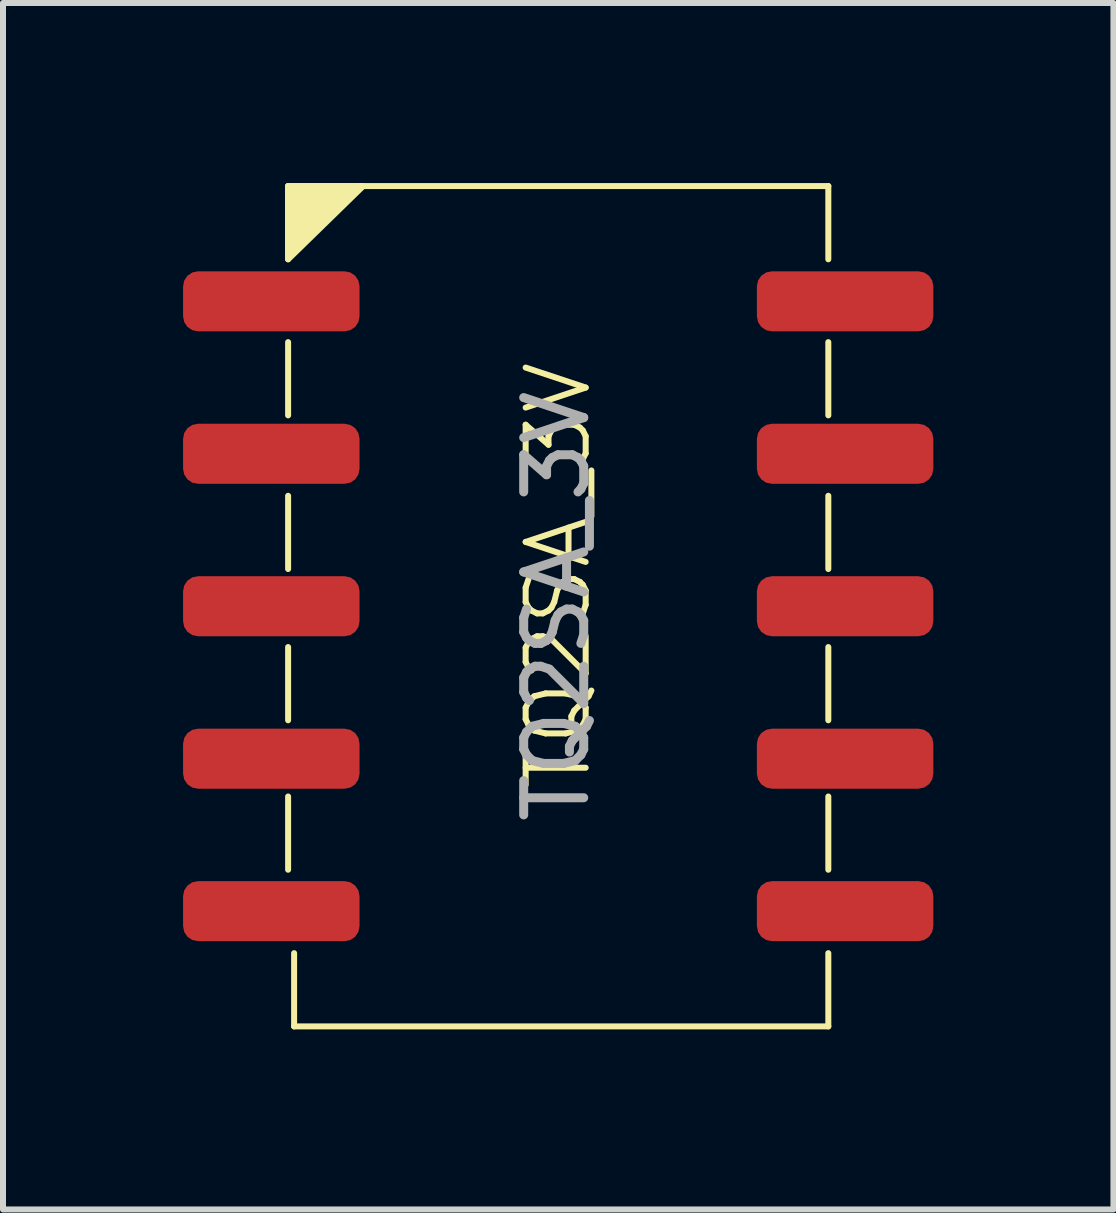
<source format=kicad_pcb>
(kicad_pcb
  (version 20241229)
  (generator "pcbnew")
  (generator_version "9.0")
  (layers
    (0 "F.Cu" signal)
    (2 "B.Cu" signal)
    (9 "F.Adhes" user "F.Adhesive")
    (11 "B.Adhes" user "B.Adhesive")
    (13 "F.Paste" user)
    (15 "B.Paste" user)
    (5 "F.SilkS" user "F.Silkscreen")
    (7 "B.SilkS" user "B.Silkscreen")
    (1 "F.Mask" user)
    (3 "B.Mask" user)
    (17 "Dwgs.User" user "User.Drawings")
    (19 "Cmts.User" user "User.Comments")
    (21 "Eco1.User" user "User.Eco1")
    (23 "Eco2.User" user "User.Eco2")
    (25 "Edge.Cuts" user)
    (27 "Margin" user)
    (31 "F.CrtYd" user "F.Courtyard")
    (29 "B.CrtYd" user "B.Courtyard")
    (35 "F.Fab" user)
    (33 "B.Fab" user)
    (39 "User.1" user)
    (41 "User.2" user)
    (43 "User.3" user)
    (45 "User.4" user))
  (footprint "TQ2SA_3V"
    (layer "F.Cu")
    (at 6.25 7.05)
    (property "Reference" "TQ2SA_3V" (at 0 -0.5 90) (unlocked yes) (layer "F.SilkS") (effects (font (size 1 1) (thickness 0.1))))
    (attr smd)
    (fp_line (start -4.5 -7) (end 4.5 -7) (stroke (width 0.1) (type default)) (layer "F.SilkS"))
    (fp_line (start -4.5 -5.78) (end -4.5 -7) (stroke (width 0.1) (type default)) (layer "F.SilkS"))
    (fp_line (start -4.5 -3.18) (end -4.5 -4.4) (stroke (width 0.1) (type default)) (layer "F.SilkS"))
    (fp_line (start -4.5 -0.62) (end -4.5 -1.84) (stroke (width 0.1) (type default)) (layer "F.SilkS"))
    (fp_line (start -4.5 1.9) (end -4.5 0.68) (stroke (width 0.1) (type default)) (layer "F.SilkS"))
    (fp_line (start -4.5 4.39) (end -4.5 3.17) (stroke (width 0.1) (type default)) (layer "F.SilkS"))
    (fp_line (start -4.4 7) (end -4.4 5.78) (stroke (width 0.1) (type default)) (layer "F.SilkS"))
    (fp_line (start -4.4 7) (end 4.5 7) (stroke (width 0.1) (type default)) (layer "F.SilkS"))
    (fp_line (start 4.5 -5.78) (end 4.5 -7) (stroke (width 0.1) (type default)) (layer "F.SilkS"))
    (fp_line (start 4.5 -3.18) (end 4.5 -4.4) (stroke (width 0.1) (type default)) (layer "F.SilkS"))
    (fp_line (start 4.5 -0.62) (end 4.5 -1.84) (stroke (width 0.1) (type default)) (layer "F.SilkS"))
    (fp_line (start 4.5 1.9) (end 4.5 0.68) (stroke (width 0.1) (type default)) (layer "F.SilkS"))
    (fp_line (start 4.5 4.39) (end 4.5 3.17) (stroke (width 0.1) (type default)) (layer "F.SilkS"))
    (fp_line (start 4.5 7) (end 4.5 5.78) (stroke (width 0.1) (type default)) (layer "F.SilkS"))
    (fp_poly (pts (xy -4.5 -5.78) (xy -3.25 -7) (xy -4.5 -7)) (stroke (width 0.1) (type solid)) (fill yes) (layer "F.SilkS"))
    (fp_text user "${REFERENCE}" (at -0.03 0 90) (unlocked yes) (layer "F.Fab") (effects (font (size 1 1) (thickness 0.15))))
    (pad "1" smd roundrect (at -4.78 -5.08) (size 2.94 1) (layers "F.Cu" "F.Mask" "F.Paste") (roundrect_rratio 0.25))
    (pad "2" smd roundrect (at -4.78 -2.54) (size 2.94 1) (layers "F.Cu" "F.Mask" "F.Paste") (roundrect_rratio 0.25))
    (pad "3" smd roundrect (at -4.78 0) (size 2.94 1) (layers "F.Cu" "F.Mask" "F.Paste") (roundrect_rratio 0.25))
    (pad "4" smd roundrect (at -4.78 2.54) (size 2.94 1) (layers "F.Cu" "F.Mask" "F.Paste") (roundrect_rratio 0.25))
    (pad "5" smd roundrect (at -4.78 5.08) (size 2.94 1) (layers "F.Cu" "F.Mask" "F.Paste") (roundrect_rratio 0.25))
    (pad "6" smd roundrect (at 4.78 5.08) (size 2.94 1) (layers "F.Cu" "F.Mask" "F.Paste") (roundrect_rratio 0.25))
    (pad "7" smd roundrect (at 4.78 2.54) (size 2.94 1) (layers "F.Cu" "F.Mask" "F.Paste") (roundrect_rratio 0.25))
    (pad "8" smd roundrect (at 4.78 0) (size 2.94 1) (layers "F.Cu" "F.Mask" "F.Paste") (roundrect_rratio 0.25))
    (pad "9" smd roundrect (at 4.78 -2.54) (size 2.94 1) (layers "F.Cu" "F.Mask" "F.Paste") (roundrect_rratio 0.25))
    (pad "10" smd roundrect (at 4.78 -5.08) (size 2.94 1) (layers "F.Cu" "F.Mask" "F.Paste") (roundrect_rratio 0.25)))
  (gr_rect
    (start -3 -3)
    (end 15.5 17.1)
    (stroke (width 0.1) (type default))
    (fill no)
    (layer "Edge.Cuts")))
</source>
